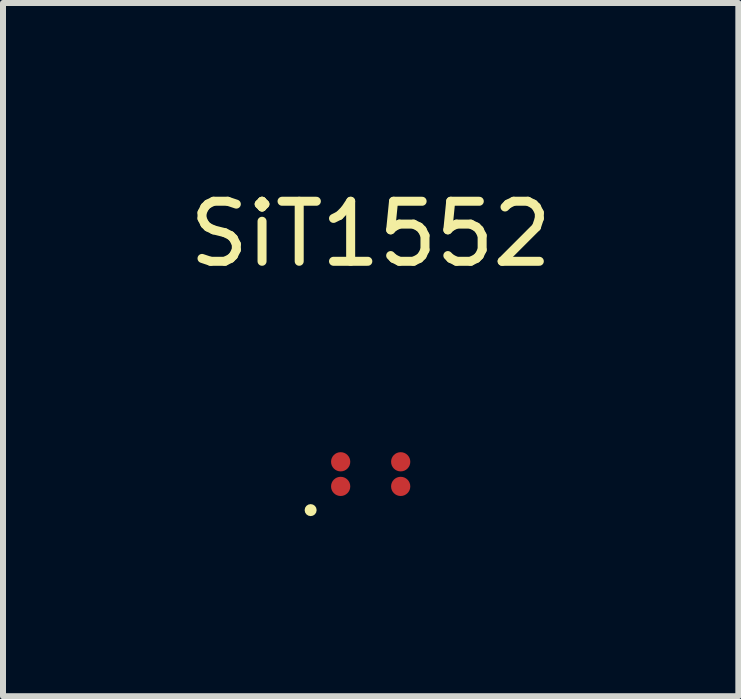
<source format=kicad_pcb>
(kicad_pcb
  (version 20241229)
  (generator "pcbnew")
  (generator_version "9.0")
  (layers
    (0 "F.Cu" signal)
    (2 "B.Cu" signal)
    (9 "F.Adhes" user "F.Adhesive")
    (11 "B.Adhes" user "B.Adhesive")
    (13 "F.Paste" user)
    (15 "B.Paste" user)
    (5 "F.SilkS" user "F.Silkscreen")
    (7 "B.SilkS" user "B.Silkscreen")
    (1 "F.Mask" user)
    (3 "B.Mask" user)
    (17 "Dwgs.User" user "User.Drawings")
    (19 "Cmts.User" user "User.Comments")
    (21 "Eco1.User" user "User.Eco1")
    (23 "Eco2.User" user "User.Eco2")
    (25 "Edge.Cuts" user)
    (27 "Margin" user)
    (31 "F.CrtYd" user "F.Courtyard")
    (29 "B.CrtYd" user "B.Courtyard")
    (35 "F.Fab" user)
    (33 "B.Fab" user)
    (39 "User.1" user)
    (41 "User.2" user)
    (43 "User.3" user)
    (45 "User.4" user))
  (footprint "SiT1552"
    (layer "F.Cu")
    (at 3.125 4.848)
    (property "Reference" "SiT1552" (at 0 -4 0) (layer "F.SilkS") (effects (font (size 1 1) (thickness 0.15))))
    (attr through_hole)
    (fp_circle (center -1 0.6) (end -0.95 0.6) (stroke (width 0.1) (type solid)) (fill no) (layer "F.SilkS"))
    (pad "1" smd circle (at -0.5 0.205) (size 0.32 0.32) (layers "F.Cu" "F.Mask" "F.Paste"))
    (pad "2" smd circle (at 0.5 0.205) (size 0.32 0.32) (layers "F.Cu" "F.Mask" "F.Paste"))
    (pad "3" smd circle (at 0.5 -0.205) (size 0.32 0.32) (layers "F.Cu" "F.Mask" "F.Paste"))
    (pad "4" smd circle (at -0.5 -0.205) (size 0.32 0.32) (layers "F.Cu" "F.Mask" "F.Paste")))
  (gr_rect
    (start -3 -3)
    (end 9.25 8.548)
    (stroke (width 0.1) (type default))
    (fill no)
    (layer "Edge.Cuts")))
</source>
